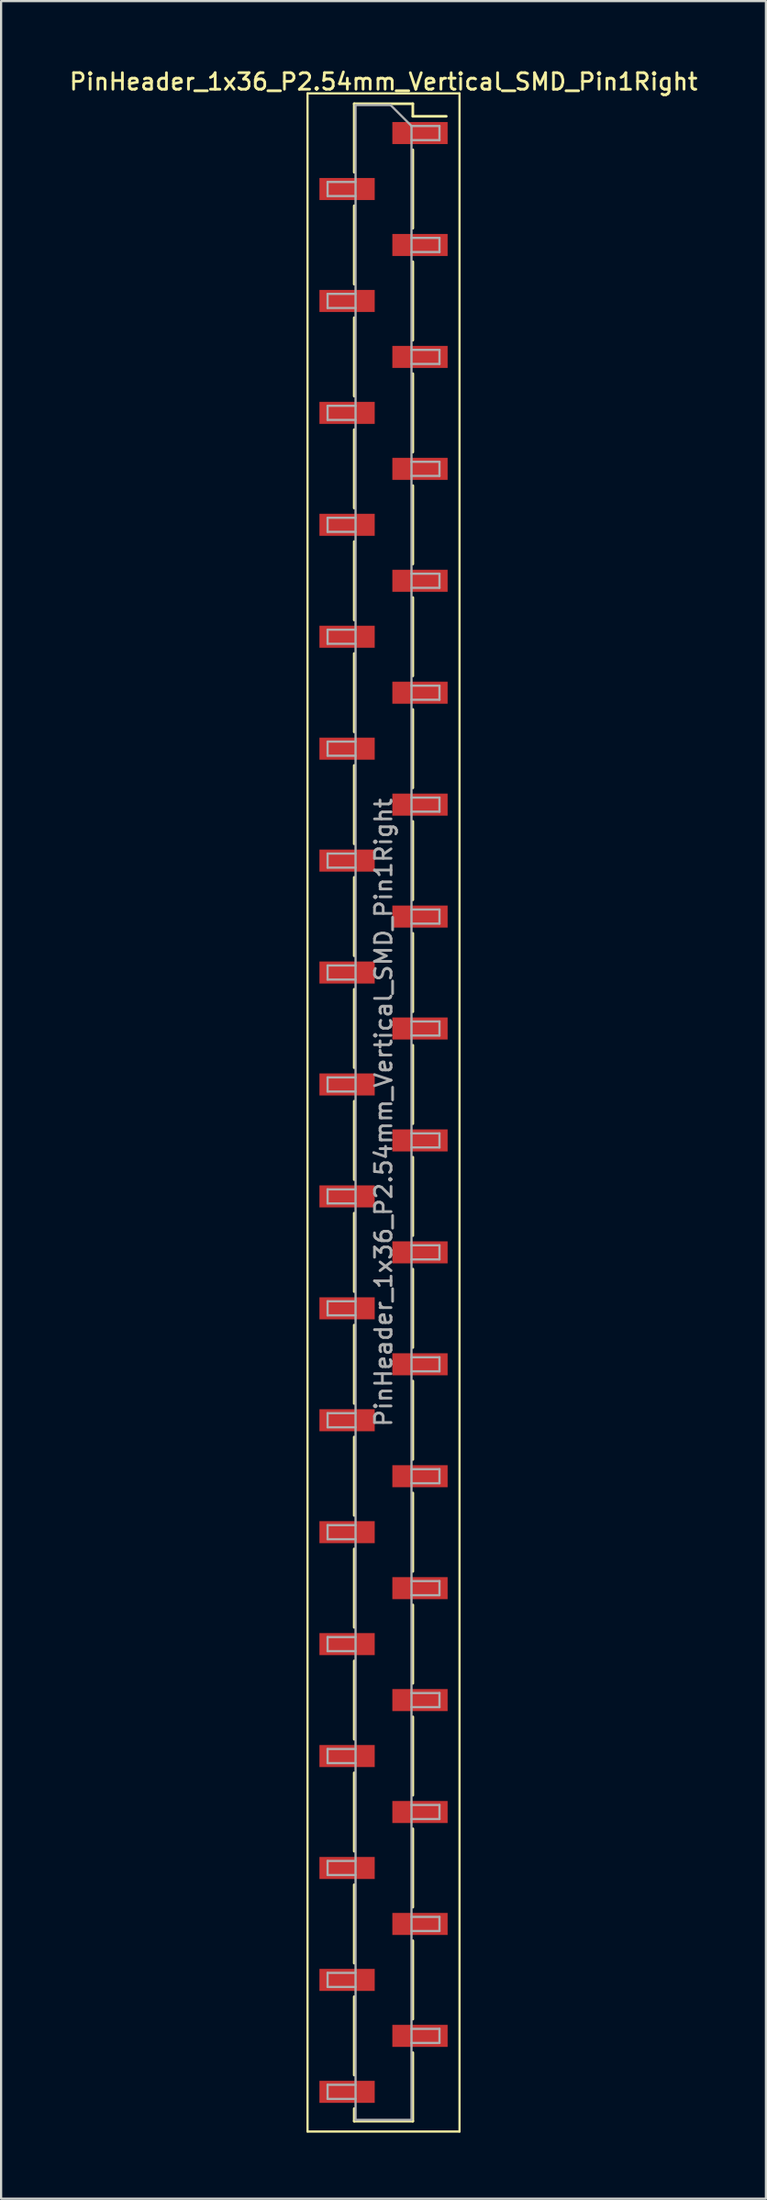
<source format=kicad_pcb>
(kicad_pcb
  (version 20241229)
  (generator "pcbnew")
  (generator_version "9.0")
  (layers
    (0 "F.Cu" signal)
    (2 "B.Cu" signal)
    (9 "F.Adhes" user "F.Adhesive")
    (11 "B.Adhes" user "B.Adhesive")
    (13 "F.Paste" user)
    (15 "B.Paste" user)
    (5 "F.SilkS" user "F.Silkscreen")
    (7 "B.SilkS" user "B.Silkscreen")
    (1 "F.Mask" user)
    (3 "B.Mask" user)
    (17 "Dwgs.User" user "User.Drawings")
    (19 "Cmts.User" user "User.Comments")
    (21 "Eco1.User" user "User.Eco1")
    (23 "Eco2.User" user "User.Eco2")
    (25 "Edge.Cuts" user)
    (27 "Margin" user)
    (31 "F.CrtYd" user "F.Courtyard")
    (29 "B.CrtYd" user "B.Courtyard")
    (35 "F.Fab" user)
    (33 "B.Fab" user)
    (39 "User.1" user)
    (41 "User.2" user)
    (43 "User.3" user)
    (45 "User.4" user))
  (footprint "PinHeader_1x36_P2.54mm_Vertical_SMD_Pin1Right"
    (layer "F.Cu")
    (at 14.363 47.438)
    (property "Reference" "PinHeader_1x36_P2.54mm_Vertical_SMD_Pin1Right" (at 0 -46.78 0) (layer "F.SilkS") (effects (font (size 0.75 0.75) (thickness 0.125))))
    (attr smd)
    (fp_line (start -3.45 -46.25) (end -3.45 46.25) (stroke (width 0.1) (type solid)) (layer "F.SilkS"))
    (fp_line (start -3.45 46.25) (end 3.45 46.25) (stroke (width 0.1) (type solid)) (layer "F.SilkS"))
    (fp_line (start -1.33 -45.78) (end -1.33 -42.67) (stroke (width 0.12) (type solid)) (layer "F.SilkS"))
    (fp_line (start -1.33 -45.78) (end 1.33 -45.78) (stroke (width 0.12) (type solid)) (layer "F.SilkS"))
    (fp_line (start -1.33 -41.15) (end -1.33 -37.59) (stroke (width 0.12) (type solid)) (layer "F.SilkS"))
    (fp_line (start -1.33 -36.07) (end -1.33 -32.51) (stroke (width 0.12) (type solid)) (layer "F.SilkS"))
    (fp_line (start -1.33 -30.99) (end -1.33 -27.43) (stroke (width 0.12) (type solid)) (layer "F.SilkS"))
    (fp_line (start -1.33 -25.91) (end -1.33 -22.35) (stroke (width 0.12) (type solid)) (layer "F.SilkS"))
    (fp_line (start -1.33 -20.83) (end -1.33 -17.27) (stroke (width 0.12) (type solid)) (layer "F.SilkS"))
    (fp_line (start -1.33 -15.75) (end -1.33 -12.19) (stroke (width 0.12) (type solid)) (layer "F.SilkS"))
    (fp_line (start -1.33 -10.67) (end -1.33 -7.11) (stroke (width 0.12) (type solid)) (layer "F.SilkS"))
    (fp_line (start -1.33 -5.59) (end -1.33 -2.03) (stroke (width 0.12) (type solid)) (layer "F.SilkS"))
    (fp_line (start -1.33 -0.51) (end -1.33 3.05) (stroke (width 0.12) (type solid)) (layer "F.SilkS"))
    (fp_line (start -1.33 4.57) (end -1.33 8.13) (stroke (width 0.12) (type solid)) (layer "F.SilkS"))
    (fp_line (start -1.33 9.65) (end -1.33 13.21) (stroke (width 0.12) (type solid)) (layer "F.SilkS"))
    (fp_line (start -1.33 14.73) (end -1.33 18.29) (stroke (width 0.12) (type solid)) (layer "F.SilkS"))
    (fp_line (start -1.33 19.81) (end -1.33 23.37) (stroke (width 0.12) (type solid)) (layer "F.SilkS"))
    (fp_line (start -1.33 24.89) (end -1.33 28.45) (stroke (width 0.12) (type solid)) (layer "F.SilkS"))
    (fp_line (start -1.33 29.97) (end -1.33 33.53) (stroke (width 0.12) (type solid)) (layer "F.SilkS"))
    (fp_line (start -1.33 35.05) (end -1.33 38.61) (stroke (width 0.12) (type solid)) (layer "F.SilkS"))
    (fp_line (start -1.33 40.13) (end -1.33 43.69) (stroke (width 0.12) (type solid)) (layer "F.SilkS"))
    (fp_line (start -1.33 45.21) (end -1.33 45.78) (stroke (width 0.12) (type solid)) (layer "F.SilkS"))
    (fp_line (start -1.33 45.78) (end 1.33 45.78) (stroke (width 0.12) (type solid)) (layer "F.SilkS"))
    (fp_line (start 1.33 -45.78) (end 1.33 -45.21) (stroke (width 0.12) (type solid)) (layer "F.SilkS"))
    (fp_line (start 1.33 -45.21) (end 2.85 -45.21) (stroke (width 0.12) (type solid)) (layer "F.SilkS"))
    (fp_line (start 1.33 -43.69) (end 1.33 -40.13) (stroke (width 0.12) (type solid)) (layer "F.SilkS"))
    (fp_line (start 1.33 -38.61) (end 1.33 -35.05) (stroke (width 0.12) (type solid)) (layer "F.SilkS"))
    (fp_line (start 1.33 -33.53) (end 1.33 -29.97) (stroke (width 0.12) (type solid)) (layer "F.SilkS"))
    (fp_line (start 1.33 -28.45) (end 1.33 -24.89) (stroke (width 0.12) (type solid)) (layer "F.SilkS"))
    (fp_line (start 1.33 -23.37) (end 1.33 -19.81) (stroke (width 0.12) (type solid)) (layer "F.SilkS"))
    (fp_line (start 1.33 -18.29) (end 1.33 -14.73) (stroke (width 0.12) (type solid)) (layer "F.SilkS"))
    (fp_line (start 1.33 -13.21) (end 1.33 -9.65) (stroke (width 0.12) (type solid)) (layer "F.SilkS"))
    (fp_line (start 1.33 -8.13) (end 1.33 -4.57) (stroke (width 0.12) (type solid)) (layer "F.SilkS"))
    (fp_line (start 1.33 -3.05) (end 1.33 0.51) (stroke (width 0.12) (type solid)) (layer "F.SilkS"))
    (fp_line (start 1.33 2.03) (end 1.33 5.59) (stroke (width 0.12) (type solid)) (layer "F.SilkS"))
    (fp_line (start 1.33 7.11) (end 1.33 10.67) (stroke (width 0.12) (type solid)) (layer "F.SilkS"))
    (fp_line (start 1.33 12.19) (end 1.33 15.75) (stroke (width 0.12) (type solid)) (layer "F.SilkS"))
    (fp_line (start 1.33 17.27) (end 1.33 20.83) (stroke (width 0.12) (type solid)) (layer "F.SilkS"))
    (fp_line (start 1.33 22.35) (end 1.33 25.91) (stroke (width 0.12) (type solid)) (layer "F.SilkS"))
    (fp_line (start 1.33 27.43) (end 1.33 30.99) (stroke (width 0.12) (type solid)) (layer "F.SilkS"))
    (fp_line (start 1.33 32.51) (end 1.33 36.07) (stroke (width 0.12) (type solid)) (layer "F.SilkS"))
    (fp_line (start 1.33 37.59) (end 1.33 41.15) (stroke (width 0.12) (type solid)) (layer "F.SilkS"))
    (fp_line (start 1.33 42.67) (end 1.33 45.78) (stroke (width 0.12) (type solid)) (layer "F.SilkS"))
    (fp_line (start 3.45 -46.25) (end -3.45 -46.25) (stroke (width 0.1) (type solid)) (layer "F.SilkS"))
    (fp_line (start 3.45 46.25) (end 3.45 -46.25) (stroke (width 0.1) (type solid)) (layer "F.SilkS"))
    (fp_line (start -2.54 -42.23) (end -2.54 -41.59) (stroke (width 0.1) (type solid)) (layer "F.Fab"))
    (fp_line (start -2.54 -41.59) (end -1.27 -41.59) (stroke (width 0.1) (type solid)) (layer "F.Fab"))
    (fp_line (start -2.54 -37.15) (end -2.54 -36.51) (stroke (width 0.1) (type solid)) (layer "F.Fab"))
    (fp_line (start -2.54 -36.51) (end -1.27 -36.51) (stroke (width 0.1) (type solid)) (layer "F.Fab"))
    (fp_line (start -2.54 -32.07) (end -2.54 -31.43) (stroke (width 0.1) (type solid)) (layer "F.Fab"))
    (fp_line (start -2.54 -31.43) (end -1.27 -31.43) (stroke (width 0.1) (type solid)) (layer "F.Fab"))
    (fp_line (start -2.54 -26.99) (end -2.54 -26.35) (stroke (width 0.1) (type solid)) (layer "F.Fab"))
    (fp_line (start -2.54 -26.35) (end -1.27 -26.35) (stroke (width 0.1) (type solid)) (layer "F.Fab"))
    (fp_line (start -2.54 -21.91) (end -2.54 -21.27) (stroke (width 0.1) (type solid)) (layer "F.Fab"))
    (fp_line (start -2.54 -21.27) (end -1.27 -21.27) (stroke (width 0.1) (type solid)) (layer "F.Fab"))
    (fp_line (start -2.54 -16.83) (end -2.54 -16.19) (stroke (width 0.1) (type solid)) (layer "F.Fab"))
    (fp_line (start -2.54 -16.19) (end -1.27 -16.19) (stroke (width 0.1) (type solid)) (layer "F.Fab"))
    (fp_line (start -2.54 -11.75) (end -2.54 -11.11) (stroke (width 0.1) (type solid)) (layer "F.Fab"))
    (fp_line (start -2.54 -11.11) (end -1.27 -11.11) (stroke (width 0.1) (type solid)) (layer "F.Fab"))
    (fp_line (start -2.54 -6.67) (end -2.54 -6.03) (stroke (width 0.1) (type solid)) (layer "F.Fab"))
    (fp_line (start -2.54 -6.03) (end -1.27 -6.03) (stroke (width 0.1) (type solid)) (layer "F.Fab"))
    (fp_line (start -2.54 -1.59) (end -2.54 -0.95) (stroke (width 0.1) (type solid)) (layer "F.Fab"))
    (fp_line (start -2.54 -0.95) (end -1.27 -0.95) (stroke (width 0.1) (type solid)) (layer "F.Fab"))
    (fp_line (start -2.54 3.49) (end -2.54 4.13) (stroke (width 0.1) (type solid)) (layer "F.Fab"))
    (fp_line (start -2.54 4.13) (end -1.27 4.13) (stroke (width 0.1) (type solid)) (layer "F.Fab"))
    (fp_line (start -2.54 8.57) (end -2.54 9.21) (stroke (width 0.1) (type solid)) (layer "F.Fab"))
    (fp_line (start -2.54 9.21) (end -1.27 9.21) (stroke (width 0.1) (type solid)) (layer "F.Fab"))
    (fp_line (start -2.54 13.65) (end -2.54 14.29) (stroke (width 0.1) (type solid)) (layer "F.Fab"))
    (fp_line (start -2.54 14.29) (end -1.27 14.29) (stroke (width 0.1) (type solid)) (layer "F.Fab"))
    (fp_line (start -2.54 18.73) (end -2.54 19.37) (stroke (width 0.1) (type solid)) (layer "F.Fab"))
    (fp_line (start -2.54 19.37) (end -1.27 19.37) (stroke (width 0.1) (type solid)) (layer "F.Fab"))
    (fp_line (start -2.54 23.81) (end -2.54 24.45) (stroke (width 0.1) (type solid)) (layer "F.Fab"))
    (fp_line (start -2.54 24.45) (end -1.27 24.45) (stroke (width 0.1) (type solid)) (layer "F.Fab"))
    (fp_line (start -2.54 28.89) (end -2.54 29.53) (stroke (width 0.1) (type solid)) (layer "F.Fab"))
    (fp_line (start -2.54 29.53) (end -1.27 29.53) (stroke (width 0.1) (type solid)) (layer "F.Fab"))
    (fp_line (start -2.54 33.97) (end -2.54 34.61) (stroke (width 0.1) (type solid)) (layer "F.Fab"))
    (fp_line (start -2.54 34.61) (end -1.27 34.61) (stroke (width 0.1) (type solid)) (layer "F.Fab"))
    (fp_line (start -2.54 39.05) (end -2.54 39.69) (stroke (width 0.1) (type solid)) (layer "F.Fab"))
    (fp_line (start -2.54 39.69) (end -1.27 39.69) (stroke (width 0.1) (type solid)) (layer "F.Fab"))
    (fp_line (start -2.54 44.13) (end -2.54 44.77) (stroke (width 0.1) (type solid)) (layer "F.Fab"))
    (fp_line (start -2.54 44.77) (end -1.27 44.77) (stroke (width 0.1) (type solid)) (layer "F.Fab"))
    (fp_line (start -1.27 -45.72) (end -1.27 45.72) (stroke (width 0.1) (type solid)) (layer "F.Fab"))
    (fp_line (start -1.27 -45.72) (end 0.32 -45.72) (stroke (width 0.1) (type solid)) (layer "F.Fab"))
    (fp_line (start -1.27 -42.23) (end -2.54 -42.23) (stroke (width 0.1) (type solid)) (layer "F.Fab"))
    (fp_line (start -1.27 -37.15) (end -2.54 -37.15) (stroke (width 0.1) (type solid)) (layer "F.Fab"))
    (fp_line (start -1.27 -32.07) (end -2.54 -32.07) (stroke (width 0.1) (type solid)) (layer "F.Fab"))
    (fp_line (start -1.27 -26.99) (end -2.54 -26.99) (stroke (width 0.1) (type solid)) (layer "F.Fab"))
    (fp_line (start -1.27 -21.91) (end -2.54 -21.91) (stroke (width 0.1) (type solid)) (layer "F.Fab"))
    (fp_line (start -1.27 -16.83) (end -2.54 -16.83) (stroke (width 0.1) (type solid)) (layer "F.Fab"))
    (fp_line (start -1.27 -11.75) (end -2.54 -11.75) (stroke (width 0.1) (type solid)) (layer "F.Fab"))
    (fp_line (start -1.27 -6.67) (end -2.54 -6.67) (stroke (width 0.1) (type solid)) (layer "F.Fab"))
    (fp_line (start -1.27 -1.59) (end -2.54 -1.59) (stroke (width 0.1) (type solid)) (layer "F.Fab"))
    (fp_line (start -1.27 3.49) (end -2.54 3.49) (stroke (width 0.1) (type solid)) (layer "F.Fab"))
    (fp_line (start -1.27 8.57) (end -2.54 8.57) (stroke (width 0.1) (type solid)) (layer "F.Fab"))
    (fp_line (start -1.27 13.65) (end -2.54 13.65) (stroke (width 0.1) (type solid)) (layer "F.Fab"))
    (fp_line (start -1.27 18.73) (end -2.54 18.73) (stroke (width 0.1) (type solid)) (layer "F.Fab"))
    (fp_line (start -1.27 23.81) (end -2.54 23.81) (stroke (width 0.1) (type solid)) (layer "F.Fab"))
    (fp_line (start -1.27 28.89) (end -2.54 28.89) (stroke (width 0.1) (type solid)) (layer "F.Fab"))
    (fp_line (start -1.27 33.97) (end -2.54 33.97) (stroke (width 0.1) (type solid)) (layer "F.Fab"))
    (fp_line (start -1.27 39.05) (end -2.54 39.05) (stroke (width 0.1) (type solid)) (layer "F.Fab"))
    (fp_line (start -1.27 44.13) (end -2.54 44.13) (stroke (width 0.1) (type solid)) (layer "F.Fab"))
    (fp_line (start 1.27 -44.77) (end 0.32 -45.72) (stroke (width 0.1) (type solid)) (layer "F.Fab"))
    (fp_line (start 1.27 -44.77) (end 2.54 -44.77) (stroke (width 0.1) (type solid)) (layer "F.Fab"))
    (fp_line (start 1.27 -39.69) (end 2.54 -39.69) (stroke (width 0.1) (type solid)) (layer "F.Fab"))
    (fp_line (start 1.27 -34.61) (end 2.54 -34.61) (stroke (width 0.1) (type solid)) (layer "F.Fab"))
    (fp_line (start 1.27 -29.53) (end 2.54 -29.53) (stroke (width 0.1) (type solid)) (layer "F.Fab"))
    (fp_line (start 1.27 -24.45) (end 2.54 -24.45) (stroke (width 0.1) (type solid)) (layer "F.Fab"))
    (fp_line (start 1.27 -19.37) (end 2.54 -19.37) (stroke (width 0.1) (type solid)) (layer "F.Fab"))
    (fp_line (start 1.27 -14.29) (end 2.54 -14.29) (stroke (width 0.1) (type solid)) (layer "F.Fab"))
    (fp_line (start 1.27 -9.21) (end 2.54 -9.21) (stroke (width 0.1) (type solid)) (layer "F.Fab"))
    (fp_line (start 1.27 -4.13) (end 2.54 -4.13) (stroke (width 0.1) (type solid)) (layer "F.Fab"))
    (fp_line (start 1.27 0.95) (end 2.54 0.95) (stroke (width 0.1) (type solid)) (layer "F.Fab"))
    (fp_line (start 1.27 6.03) (end 2.54 6.03) (stroke (width 0.1) (type solid)) (layer "F.Fab"))
    (fp_line (start 1.27 11.11) (end 2.54 11.11) (stroke (width 0.1) (type solid)) (layer "F.Fab"))
    (fp_line (start 1.27 16.19) (end 2.54 16.19) (stroke (width 0.1) (type solid)) (layer "F.Fab"))
    (fp_line (start 1.27 21.27) (end 2.54 21.27) (stroke (width 0.1) (type solid)) (layer "F.Fab"))
    (fp_line (start 1.27 26.35) (end 2.54 26.35) (stroke (width 0.1) (type solid)) (layer "F.Fab"))
    (fp_line (start 1.27 31.43) (end 2.54 31.43) (stroke (width 0.1) (type solid)) (layer "F.Fab"))
    (fp_line (start 1.27 36.51) (end 2.54 36.51) (stroke (width 0.1) (type solid)) (layer "F.Fab"))
    (fp_line (start 1.27 41.59) (end 2.54 41.59) (stroke (width 0.1) (type solid)) (layer "F.Fab"))
    (fp_line (start 1.27 45.72) (end -1.27 45.72) (stroke (width 0.1) (type solid)) (layer "F.Fab"))
    (fp_line (start 1.27 45.72) (end 1.27 -44.77) (stroke (width 0.1) (type solid)) (layer "F.Fab"))
    (fp_line (start 2.54 -44.77) (end 2.54 -44.13) (stroke (width 0.1) (type solid)) (layer "F.Fab"))
    (fp_line (start 2.54 -44.13) (end 1.27 -44.13) (stroke (width 0.1) (type solid)) (layer "F.Fab"))
    (fp_line (start 2.54 -39.69) (end 2.54 -39.05) (stroke (width 0.1) (type solid)) (layer "F.Fab"))
    (fp_line (start 2.54 -39.05) (end 1.27 -39.05) (stroke (width 0.1) (type solid)) (layer "F.Fab"))
    (fp_line (start 2.54 -34.61) (end 2.54 -33.97) (stroke (width 0.1) (type solid)) (layer "F.Fab"))
    (fp_line (start 2.54 -33.97) (end 1.27 -33.97) (stroke (width 0.1) (type solid)) (layer "F.Fab"))
    (fp_line (start 2.54 -29.53) (end 2.54 -28.89) (stroke (width 0.1) (type solid)) (layer "F.Fab"))
    (fp_line (start 2.54 -28.89) (end 1.27 -28.89) (stroke (width 0.1) (type solid)) (layer "F.Fab"))
    (fp_line (start 2.54 -24.45) (end 2.54 -23.81) (stroke (width 0.1) (type solid)) (layer "F.Fab"))
    (fp_line (start 2.54 -23.81) (end 1.27 -23.81) (stroke (width 0.1) (type solid)) (layer "F.Fab"))
    (fp_line (start 2.54 -19.37) (end 2.54 -18.73) (stroke (width 0.1) (type solid)) (layer "F.Fab"))
    (fp_line (start 2.54 -18.73) (end 1.27 -18.73) (stroke (width 0.1) (type solid)) (layer "F.Fab"))
    (fp_line (start 2.54 -14.29) (end 2.54 -13.65) (stroke (width 0.1) (type solid)) (layer "F.Fab"))
    (fp_line (start 2.54 -13.65) (end 1.27 -13.65) (stroke (width 0.1) (type solid)) (layer "F.Fab"))
    (fp_line (start 2.54 -9.21) (end 2.54 -8.57) (stroke (width 0.1) (type solid)) (layer "F.Fab"))
    (fp_line (start 2.54 -8.57) (end 1.27 -8.57) (stroke (width 0.1) (type solid)) (layer "F.Fab"))
    (fp_line (start 2.54 -4.13) (end 2.54 -3.49) (stroke (width 0.1) (type solid)) (layer "F.Fab"))
    (fp_line (start 2.54 -3.49) (end 1.27 -3.49) (stroke (width 0.1) (type solid)) (layer "F.Fab"))
    (fp_line (start 2.54 0.95) (end 2.54 1.59) (stroke (width 0.1) (type solid)) (layer "F.Fab"))
    (fp_line (start 2.54 1.59) (end 1.27 1.59) (stroke (width 0.1) (type solid)) (layer "F.Fab"))
    (fp_line (start 2.54 6.03) (end 2.54 6.67) (stroke (width 0.1) (type solid)) (layer "F.Fab"))
    (fp_line (start 2.54 6.67) (end 1.27 6.67) (stroke (width 0.1) (type solid)) (layer "F.Fab"))
    (fp_line (start 2.54 11.11) (end 2.54 11.75) (stroke (width 0.1) (type solid)) (layer "F.Fab"))
    (fp_line (start 2.54 11.75) (end 1.27 11.75) (stroke (width 0.1) (type solid)) (layer "F.Fab"))
    (fp_line (start 2.54 16.19) (end 2.54 16.83) (stroke (width 0.1) (type solid)) (layer "F.Fab"))
    (fp_line (start 2.54 16.83) (end 1.27 16.83) (stroke (width 0.1) (type solid)) (layer "F.Fab"))
    (fp_line (start 2.54 21.27) (end 2.54 21.91) (stroke (width 0.1) (type solid)) (layer "F.Fab"))
    (fp_line (start 2.54 21.91) (end 1.27 21.91) (stroke (width 0.1) (type solid)) (layer "F.Fab"))
    (fp_line (start 2.54 26.35) (end 2.54 26.99) (stroke (width 0.1) (type solid)) (layer "F.Fab"))
    (fp_line (start 2.54 26.99) (end 1.27 26.99) (stroke (width 0.1) (type solid)) (layer "F.Fab"))
    (fp_line (start 2.54 31.43) (end 2.54 32.07) (stroke (width 0.1) (type solid)) (layer "F.Fab"))
    (fp_line (start 2.54 32.07) (end 1.27 32.07) (stroke (width 0.1) (type solid)) (layer "F.Fab"))
    (fp_line (start 2.54 36.51) (end 2.54 37.15) (stroke (width 0.1) (type solid)) (layer "F.Fab"))
    (fp_line (start 2.54 37.15) (end 1.27 37.15) (stroke (width 0.1) (type solid)) (layer "F.Fab"))
    (fp_line (start 2.54 41.59) (end 2.54 42.23) (stroke (width 0.1) (type solid)) (layer "F.Fab"))
    (fp_line (start 2.54 42.23) (end 1.27 42.23) (stroke (width 0.1) (type solid)) (layer "F.Fab"))
    (fp_text user "${REFERENCE}" (at 0 0 90) (layer "F.Fab") (effects (font (size 0.75 0.75) (thickness 0.125))))
    (pad "1" smd rect (at 1.655 -44.45) (size 2.51 1) (layers "F.Cu" "F.Mask" "F.Paste"))
    (pad "2" smd rect (at -1.655 -41.91) (size 2.51 1) (layers "F.Cu" "F.Mask" "F.Paste"))
    (pad "3" smd rect (at 1.655 -39.37) (size 2.51 1) (layers "F.Cu" "F.Mask" "F.Paste"))
    (pad "4" smd rect (at -1.655 -36.83) (size 2.51 1) (layers "F.Cu" "F.Mask" "F.Paste"))
    (pad "5" smd rect (at 1.655 -34.29) (size 2.51 1) (layers "F.Cu" "F.Mask" "F.Paste"))
    (pad "6" smd rect (at -1.655 -31.75) (size 2.51 1) (layers "F.Cu" "F.Mask" "F.Paste"))
    (pad "7" smd rect (at 1.655 -29.21) (size 2.51 1) (layers "F.Cu" "F.Mask" "F.Paste"))
    (pad "8" smd rect (at -1.655 -26.67) (size 2.51 1) (layers "F.Cu" "F.Mask" "F.Paste"))
    (pad "9" smd rect (at 1.655 -24.13) (size 2.51 1) (layers "F.Cu" "F.Mask" "F.Paste"))
    (pad "10" smd rect (at -1.655 -21.59) (size 2.51 1) (layers "F.Cu" "F.Mask" "F.Paste"))
    (pad "11" smd rect (at 1.655 -19.05) (size 2.51 1) (layers "F.Cu" "F.Mask" "F.Paste"))
    (pad "12" smd rect (at -1.655 -16.51) (size 2.51 1) (layers "F.Cu" "F.Mask" "F.Paste"))
    (pad "13" smd rect (at 1.655 -13.97) (size 2.51 1) (layers "F.Cu" "F.Mask" "F.Paste"))
    (pad "14" smd rect (at -1.655 -11.43) (size 2.51 1) (layers "F.Cu" "F.Mask" "F.Paste"))
    (pad "15" smd rect (at 1.655 -8.89) (size 2.51 1) (layers "F.Cu" "F.Mask" "F.Paste"))
    (pad "16" smd rect (at -1.655 -6.35) (size 2.51 1) (layers "F.Cu" "F.Mask" "F.Paste"))
    (pad "17" smd rect (at 1.655 -3.81) (size 2.51 1) (layers "F.Cu" "F.Mask" "F.Paste"))
    (pad "18" smd rect (at -1.655 -1.27) (size 2.51 1) (layers "F.Cu" "F.Mask" "F.Paste"))
    (pad "19" smd rect (at 1.655 1.27) (size 2.51 1) (layers "F.Cu" "F.Mask" "F.Paste"))
    (pad "20" smd rect (at -1.655 3.81) (size 2.51 1) (layers "F.Cu" "F.Mask" "F.Paste"))
    (pad "21" smd rect (at 1.655 6.35) (size 2.51 1) (layers "F.Cu" "F.Mask" "F.Paste"))
    (pad "22" smd rect (at -1.655 8.89) (size 2.51 1) (layers "F.Cu" "F.Mask" "F.Paste"))
    (pad "23" smd rect (at 1.655 11.43) (size 2.51 1) (layers "F.Cu" "F.Mask" "F.Paste"))
    (pad "24" smd rect (at -1.655 13.97) (size 2.51 1) (layers "F.Cu" "F.Mask" "F.Paste"))
    (pad "25" smd rect (at 1.655 16.51) (size 2.51 1) (layers "F.Cu" "F.Mask" "F.Paste"))
    (pad "26" smd rect (at -1.655 19.05) (size 2.51 1) (layers "F.Cu" "F.Mask" "F.Paste"))
    (pad "27" smd rect (at 1.655 21.59) (size 2.51 1) (layers "F.Cu" "F.Mask" "F.Paste"))
    (pad "28" smd rect (at -1.655 24.13) (size 2.51 1) (layers "F.Cu" "F.Mask" "F.Paste"))
    (pad "29" smd rect (at 1.655 26.67) (size 2.51 1) (layers "F.Cu" "F.Mask" "F.Paste"))
    (pad "30" smd rect (at -1.655 29.21) (size 2.51 1) (layers "F.Cu" "F.Mask" "F.Paste"))
    (pad "31" smd rect (at 1.655 31.75) (size 2.51 1) (layers "F.Cu" "F.Mask" "F.Paste"))
    (pad "32" smd rect (at -1.655 34.29) (size 2.51 1) (layers "F.Cu" "F.Mask" "F.Paste"))
    (pad "33" smd rect (at 1.655 36.83) (size 2.51 1) (layers "F.Cu" "F.Mask" "F.Paste"))
    (pad "34" smd rect (at -1.655 39.37) (size 2.51 1) (layers "F.Cu" "F.Mask" "F.Paste"))
    (pad "35" smd rect (at 1.655 41.91) (size 2.51 1) (layers "F.Cu" "F.Mask" "F.Paste"))
    (pad "36" smd rect (at -1.655 44.45) (size 2.51 1) (layers "F.Cu" "F.Mask" "F.Paste")))
  (gr_rect
    (start -3 -3)
    (end 31.725 96.738)
    (stroke (width 0.1) (type default))
    (fill no)
    (layer "Edge.Cuts")))
</source>
